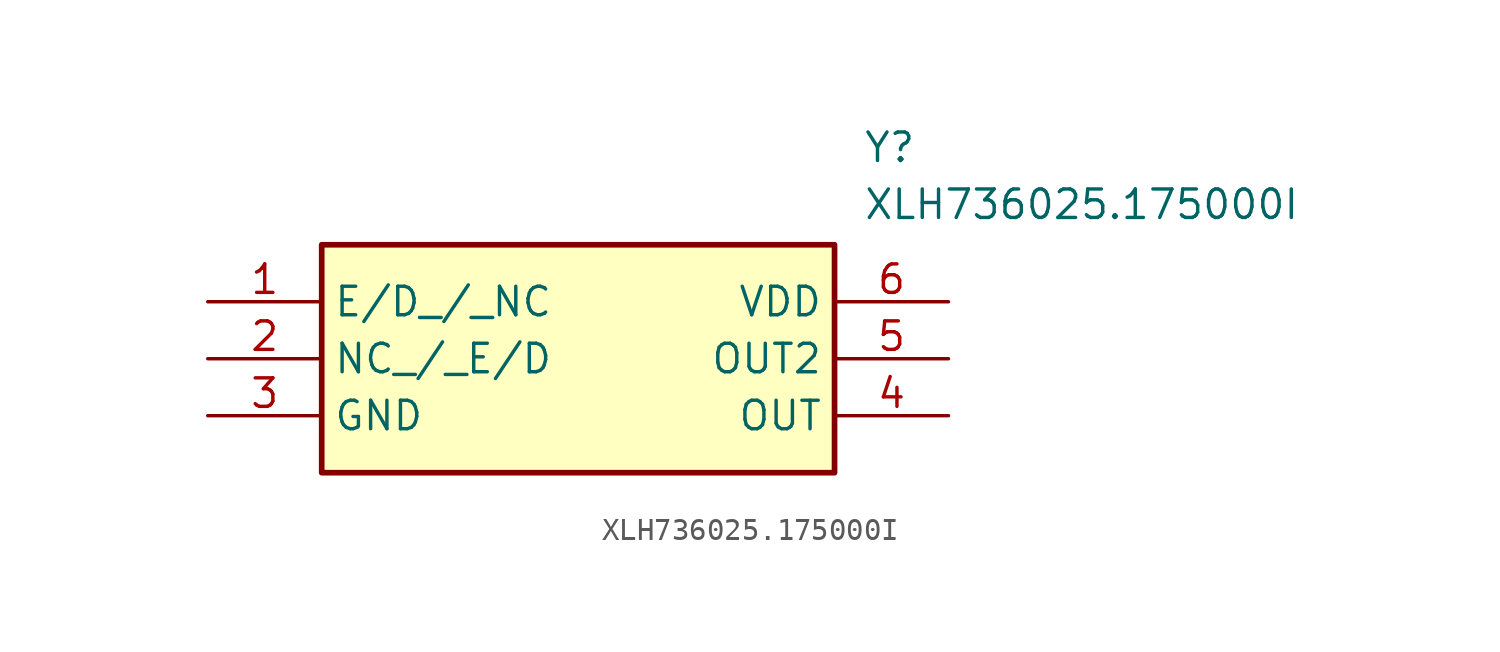
<source format=kicad_sym>
(kicad_symbol_lib
  (version 20211014)
  (generator SamacSys_ECAD_Model)
  (symbol "XLH736025.175000I"
    (property "Reference" "Y"
      (at 29.21 7.62 0)
      (effects (font (size 1.27 1.27)) (justify left top)))
    (property "Value" "XLH736025.175000I"
      (at 29.21 5.08 0)
      (effects (font (size 1.27 1.27)) (justify left top)))
    (rectangle
      (start 5.08 2.54)
      (end 27.94 -7.62)
      (stroke (width 0.254) (type default))
      (fill (type background)))
    (pin passive line
      (at 0 0 0)
      (length 5.08)
      (name "E/D_/_NC" (effects (font (size 1.27 1.27))))
      (number "1" (effects (font (size 1.27 1.27)))))
    (pin passive line
      (at 0 -2.54 0)
      (length 5.08)
      (name "NC_/_E/D" (effects (font (size 1.27 1.27))))
      (number "2" (effects (font (size 1.27 1.27)))))
    (pin passive line
      (at 0 -5.08 0)
      (length 5.08)
      (name "GND" (effects (font (size 1.27 1.27))))
      (number "3" (effects (font (size 1.27 1.27)))))
    (pin passive line
      (at 33.02 -5.08 180)
      (length 5.08)
      (name "OUT" (effects (font (size 1.27 1.27))))
      (number "4" (effects (font (size 1.27 1.27)))))
    (pin passive line
      (at 33.02 -2.54 180)
      (length 5.08)
      (name "OUT2" (effects (font (size 1.27 1.27))))
      (number "5" (effects (font (size 1.27 1.27)))))
    (pin passive line
      (at 33.02 0 180)
      (length 5.08)
      (name "VDD" (effects (font (size 1.27 1.27))))
      (number "6" (effects (font (size 1.27 1.27)))))))
</source>
